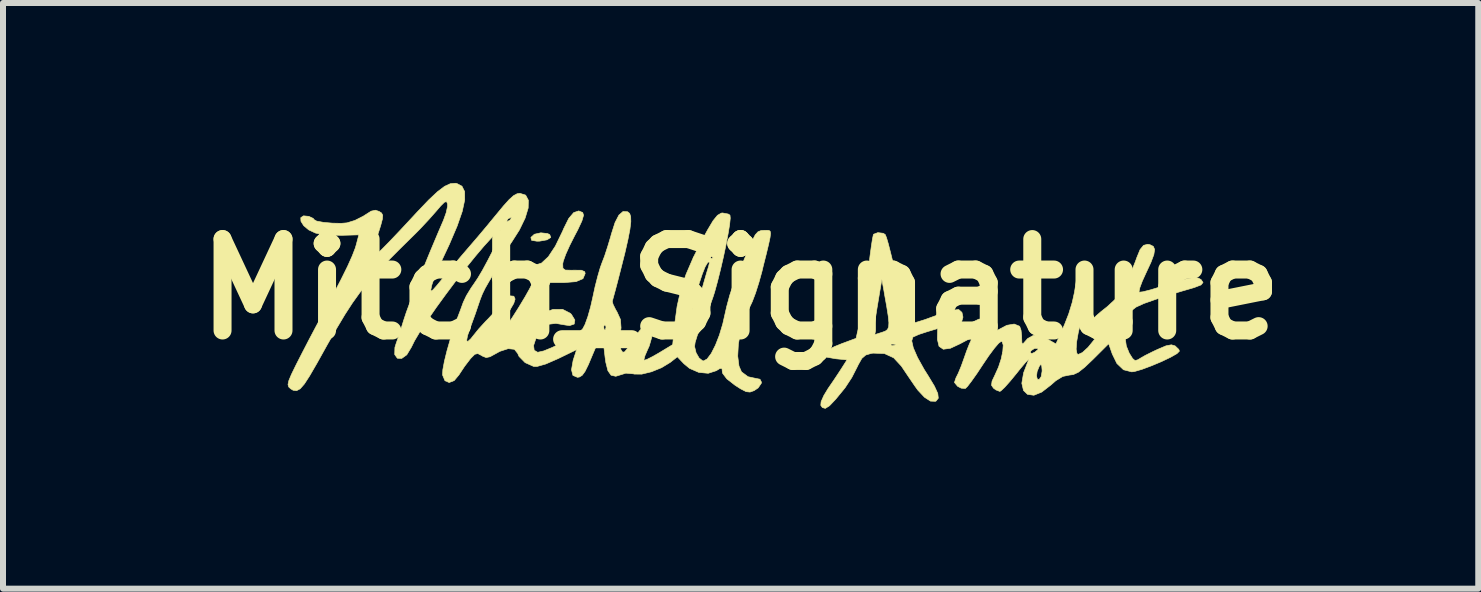
<source format=kicad_pcb>
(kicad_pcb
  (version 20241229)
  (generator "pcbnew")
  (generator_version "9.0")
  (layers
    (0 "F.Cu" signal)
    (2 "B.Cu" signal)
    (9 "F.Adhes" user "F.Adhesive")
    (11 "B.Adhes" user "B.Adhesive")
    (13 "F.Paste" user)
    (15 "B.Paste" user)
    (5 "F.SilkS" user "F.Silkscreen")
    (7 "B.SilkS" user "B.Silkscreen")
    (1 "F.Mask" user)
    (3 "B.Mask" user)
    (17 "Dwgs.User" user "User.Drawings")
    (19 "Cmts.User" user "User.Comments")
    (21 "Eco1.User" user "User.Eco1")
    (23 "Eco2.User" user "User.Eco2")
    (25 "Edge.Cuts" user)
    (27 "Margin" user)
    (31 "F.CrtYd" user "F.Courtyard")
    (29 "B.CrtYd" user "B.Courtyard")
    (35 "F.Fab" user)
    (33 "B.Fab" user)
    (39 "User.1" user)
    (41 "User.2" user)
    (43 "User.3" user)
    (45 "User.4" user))
  (footprint "Mitch_Signature"
    (layer "F.Cu")
    (at 9.296 1.77)
    (property "Reference" "Mitch_Signature" (at 0 0 0) (layer "F.SilkS") (effects (font (size 1.524 1.524) (thickness 0.3))))
    (attr through_hole)
    (fp_poly (pts (xy -3.219 -0.927) (xy -3.182 -0.909) (xy -3.164 -0.862) (xy -3.227 -0.822) (xy -3.35 -0.8) (xy -3.395 -0.799) (xy -3.484 -0.814) (xy -3.496 -0.862) (xy -3.438 -0.915) (xy -3.33 -0.939) (xy -3.219 -0.927)) (stroke (width 0.01) (type solid)) (fill yes) (layer "F.SilkS"))
    (fp_poly (pts (xy 2.378 -0.931) (xy 2.411 -0.91) (xy 2.432 -0.859) (xy 2.464 -0.75) (xy 2.503 -0.597) (xy 2.548 -0.413) (xy 2.594 -0.211) (xy 2.639 -0.006) (xy 2.679 0.189) (xy 2.712 0.36) (xy 2.734 0.494) (xy 2.743 0.572) (xy 2.785 0.584) (xy 2.9 0.562) (xy 3.073 0.508) (xy 3.229 0.451) (xy 3.401 0.391) (xy 3.544 0.351) (xy 3.631 0.34) (xy 3.637 0.341) (xy 3.69 0.388) (xy 3.707 0.467) (xy 3.686 0.539) (xy 3.658 0.562) (xy 3.611 0.615) (xy 3.607 0.639) (xy 3.635 0.657) (xy 3.722 0.624) (xy 3.807 0.578) (xy 3.97 0.501) (xy 4.082 0.486) (xy 4.146 0.535) (xy 4.166 0.639) (xy 4.166 0.772) (xy 4.3 0.676) (xy 4.438 0.603) (xy 4.561 0.582) (xy 4.649 0.618) (xy 4.653 0.623) (xy 4.675 0.684) (xy 4.686 0.783) (xy 4.686 0.813) (xy 4.689 0.891) (xy 4.703 0.917) (xy 4.711 0.908) (xy 4.785 0.824) (xy 4.883 0.77) (xy 4.929 0.762) (xy 5.006 0.783) (xy 5.115 0.833) (xy 5.123 0.838) (xy 5.257 0.913) (xy 5.399 0.593) (xy 5.47 0.412) (xy 5.529 0.219) (xy 5.566 0.051) (xy 5.571 0.019) (xy 5.604 -0.187) (xy 5.65 -0.324) (xy 5.707 -0.392) (xy 5.736 -0.399) (xy 5.807 -0.366) (xy 5.844 -0.272) (xy 5.847 -0.126) (xy 5.817 0.067) (xy 5.752 0.298) (xy 5.736 0.345) (xy 5.675 0.538) (xy 5.63 0.72) (xy 5.602 0.879) (xy 5.594 1.001) (xy 5.607 1.074) (xy 5.628 1.089) (xy 5.698 1.057) (xy 5.792 0.971) (xy 5.896 0.843) (xy 5.959 0.751) (xy 6.011 0.659) (xy 6.016 0.605) (xy 5.976 0.562) (xy 5.97 0.558) (xy 5.908 0.505) (xy 5.893 0.482) (xy 5.925 0.447) (xy 6.008 0.375) (xy 6.11 0.294) (xy 6.248 0.167) (xy 6.368 0.007) (xy 6.476 -0.197) (xy 6.581 -0.459) (xy 6.605 -0.526) (xy 6.66 -0.66) (xy 6.718 -0.73) (xy 6.787 -0.748) (xy 6.824 -0.741) (xy 6.88 -0.713) (xy 6.902 -0.662) (xy 6.889 -0.576) (xy 6.84 -0.445) (xy 6.76 -0.273) (xy 6.697 -0.135) (xy 6.656 -0.026) (xy 6.642 0.04) (xy 6.647 0.051) (xy 6.707 0.044) (xy 6.833 0.012) (xy 6.997 -0.038) (xy 7.012 -0.043) (xy 7.26 -0.124) (xy 7.436 -0.172) (xy 7.554 -0.192) (xy 7.631 -0.184) (xy 7.676 -0.159) (xy 7.709 -0.111) (xy 7.675 -0.07) (xy 7.561 -0.026) (xy 7.468 0.001) (xy 7.334 0.04) (xy 7.146 0.098) (xy 6.942 0.163) (xy 6.918 0.171) (xy 6.719 0.241) (xy 6.593 0.299) (xy 6.515 0.36) (xy 6.474 0.417) (xy 6.419 0.574) (xy 6.404 0.762) (xy 6.43 0.947) (xy 6.478 1.066) (xy 6.535 1.157) (xy 6.576 1.191) (xy 6.624 1.177) (xy 6.664 1.152) (xy 6.744 1.106) (xy 6.874 1.041) (xy 6.951 1.005) (xy 7.092 0.945) (xy 7.181 0.928) (xy 7.243 0.946) (xy 7.305 1.005) (xy 7.315 1.034) (xy 7.274 1.075) (xy 7.165 1.137) (xy 7.016 1.208) (xy 6.849 1.278) (xy 6.691 1.337) (xy 6.567 1.373) (xy 6.52 1.379) (xy 6.383 1.344) (xy 6.273 1.239) (xy 6.196 1.081) (xy 6.136 0.91) (xy 5.873 1.172) (xy 5.734 1.304) (xy 5.631 1.385) (xy 5.547 1.424) (xy 5.479 1.433) (xy 5.371 1.455) (xy 5.255 1.526) (xy 5.174 1.597) (xy 5.02 1.716) (xy 4.889 1.769) (xy 4.783 1.754) (xy 4.716 1.689) (xy 4.688 1.569) (xy 4.708 1.452) (xy 4.933 1.452) (xy 4.948 1.502) (xy 4.978 1.506) (xy 5.011 1.458) (xy 5.026 1.369) (xy 5.026 1.35) (xy 5.019 1.27) (xy 5.003 1.256) (xy 4.978 1.288) (xy 4.943 1.373) (xy 4.933 1.452) (xy 4.708 1.452) (xy 4.719 1.392) (xy 4.801 1.179) (xy 4.793 1.177) (xy 4.745 1.228) (xy 4.665 1.323) (xy 4.599 1.406) (xy 4.493 1.535) (xy 4.402 1.637) (xy 4.339 1.696) (xy 4.321 1.705) (xy 4.258 1.681) (xy 4.216 1.651) (xy 4.183 1.602) (xy 4.192 1.533) (xy 4.24 1.432) (xy 4.299 1.301) (xy 4.344 1.163) (xy 4.366 1.059) (xy 4.826 1.059) (xy 4.855 1.073) (xy 4.903 1.052) (xy 4.957 1.007) (xy 4.958 0.989) (xy 4.901 0.988) (xy 4.843 1.025) (xy 4.826 1.059) (xy 4.366 1.059) (xy 4.371 1.034) (xy 4.378 0.933) (xy 4.36 0.877) (xy 4.345 0.871) (xy 4.302 0.902) (xy 4.23 0.986) (xy 4.137 1.111) (xy 4.041 1.253) (xy 3.94 1.406) (xy 3.85 1.533) (xy 3.782 1.622) (xy 3.747 1.656) (xy 3.678 1.651) (xy 3.618 1.62) (xy 3.565 1.556) (xy 3.59 1.48) (xy 3.629 1.402) (xy 3.679 1.281) (xy 3.722 1.161) (xy 3.769 1.028) (xy 3.813 0.916) (xy 3.841 0.855) (xy 3.844 0.825) (xy 3.793 0.839) (xy 3.678 0.9) (xy 3.664 0.908) (xy 3.497 0.986) (xy 3.379 1.002) (xy 3.308 0.953) (xy 3.281 0.839) (xy 3.281 0.805) (xy 3.285 0.657) (xy 3.103 0.712) (xy 2.972 0.755) (xy 2.882 0.795) (xy 2.872 0.8) (xy 2.853 0.862) (xy 2.879 0.978) (xy 2.949 1.139) (xy 3.059 1.337) (xy 3.126 1.443) (xy 3.231 1.617) (xy 3.287 1.739) (xy 3.296 1.818) (xy 3.26 1.864) (xy 3.248 1.87) (xy 3.166 1.867) (xy 3.065 1.802) (xy 2.954 1.683) (xy 2.905 1.615) (xy 2.81 1.476) (xy 2.709 1.326) (xy 2.681 1.284) (xy 2.552 1.145) (xy 2.398 1.074) (xy 2.21 1.067) (xy 2.179 1.071) (xy 2.087 1.098) (xy 2.021 1.155) (xy 1.96 1.263) (xy 1.952 1.281) (xy 1.854 1.473) (xy 1.742 1.644) (xy 1.589 1.831) (xy 1.581 1.84) (xy 1.481 1.945) (xy 1.412 1.988) (xy 1.363 1.974) (xy 1.337 1.937) (xy 1.342 1.877) (xy 1.387 1.775) (xy 1.459 1.656) (xy 1.553 1.519) (xy 1.64 1.388) (xy 1.693 1.306) (xy 1.774 1.179) (xy 1.589 1.161) (xy 1.435 1.134) (xy 1.379 1.091) (xy 1.421 1.033) (xy 1.562 0.959) (xy 1.661 0.919) (xy 2.506 0.919) (xy 2.513 0.941) (xy 2.54 0.943) (xy 2.582 0.93) (xy 2.574 0.919) (xy 2.514 0.915) (xy 2.506 0.919) (xy 1.661 0.919) (xy 1.686 0.909) (xy 1.925 0.82) (xy 1.945 0.732) (xy 2.214 0.732) (xy 2.216 0.762) (xy 2.217 0.762) (xy 2.267 0.749) (xy 2.361 0.719) (xy 2.413 0.7) (xy 2.448 0.674) (xy 2.468 0.631) (xy 2.472 0.56) (xy 2.461 0.45) (xy 2.436 0.292) (xy 2.397 0.073) (xy 2.391 0.036) (xy 2.355 -0.163) (xy 2.318 0.054) (xy 2.274 0.318) (xy 2.243 0.516) (xy 2.223 0.652) (xy 2.214 0.732) (xy 1.945 0.732) (xy 2.002 0.492) (xy 2.035 0.328) (xy 2.071 0.117) (xy 2.105 -0.114) (xy 2.133 -0.339) (xy 2.136 -0.362) (xy 2.157 -0.551) (xy 2.179 -0.713) (xy 2.198 -0.836) (xy 2.213 -0.906) (xy 2.217 -0.915) (xy 2.288 -0.942) (xy 2.378 -0.931)) (stroke (width 0.01) (type solid)) (fill yes) (layer "F.SilkS"))
    (fp_poly (pts (xy -4.73 -1.761) (xy -4.645 -1.716) (xy -4.6 -1.626) (xy -4.599 -1.488) (xy -4.64 -1.297) (xy -4.725 -1.052) (xy -4.855 -0.747) (xy -4.967 -0.508) (xy -5.04 -0.349) (xy -5.102 -0.198) (xy -5.144 -0.08) (xy -5.151 -0.054) (xy -5.164 0.011) (xy -5.159 0.034) (xy -5.126 0.01) (xy -5.058 -0.067) (xy -4.965 -0.181) (xy -4.825 -0.351) (xy -4.668 -0.538) (xy -4.527 -0.702) (xy -4.522 -0.708) (xy -4.38 -0.873) (xy -4.222 -1.061) (xy -4.168 -1.127) (xy -3.899 -1.127) (xy -3.892 -1.125) (xy -3.846 -1.15) (xy -3.835 -1.161) (xy -3.822 -1.195) (xy -3.829 -1.197) (xy -3.876 -1.172) (xy -3.886 -1.161) (xy -3.899 -1.127) (xy -4.168 -1.127) (xy -4.088 -1.224) (xy -3.954 -1.386) (xy -3.856 -1.495) (xy -3.784 -1.559) (xy -3.726 -1.59) (xy -3.679 -1.597) (xy -3.583 -1.567) (xy -3.538 -1.482) (xy -3.541 -1.352) (xy -3.592 -1.184) (xy -3.688 -0.986) (xy -3.809 -0.796) (xy -3.9 -0.662) (xy -3.97 -0.551) (xy -4.009 -0.48) (xy -4.013 -0.466) (xy -4.032 -0.411) (xy -4.079 -0.321) (xy -4.094 -0.296) (xy -4.191 -0.133) (xy -4.258 -0.016) (xy -4.304 0.078) (xy -4.34 0.17) (xy -4.369 0.254) (xy -4.421 0.408) (xy -4.48 0.57) (xy -4.503 0.633) (xy -4.552 0.775) (xy -4.567 0.856) (xy -4.548 0.874) (xy -4.496 0.826) (xy -4.463 0.784) (xy -4.366 0.664) (xy -4.247 0.534) (xy -4.207 0.494) (xy -4.101 0.379) (xy -4.011 0.265) (xy -3.986 0.227) (xy -3.918 0.15) (xy -3.842 0.112) (xy -3.78 0.118) (xy -3.759 0.165) (xy -3.781 0.237) (xy -3.829 0.319) (xy -3.884 0.422) (xy -3.927 0.546) (xy -3.931 0.562) (xy -3.945 0.632) (xy -3.94 0.653) (xy -3.908 0.62) (xy -3.844 0.529) (xy -3.805 0.472) (xy -3.7 0.307) (xy -3.591 0.126) (xy -3.522 0.003) (xy -3.458 -0.123) (xy -3.432 -0.197) (xy -3.439 -0.239) (xy -3.477 -0.262) (xy -3.551 -0.317) (xy -3.538 -0.371) (xy -3.447 -0.399) (xy -3.43 -0.399) (xy -3.319 -0.434) (xy -3.205 -0.54) (xy -3.088 -0.717) (xy -2.967 -0.966) (xy -2.949 -1.009) (xy -2.865 -1.178) (xy -2.782 -1.276) (xy -2.698 -1.304) (xy -2.632 -1.277) (xy -2.618 -1.232) (xy -2.645 -1.138) (xy -2.715 -0.988) (xy -2.768 -0.888) (xy -2.849 -0.728) (xy -2.915 -0.581) (xy -2.956 -0.467) (xy -2.965 -0.423) (xy -2.962 -0.348) (xy -2.923 -0.318) (xy -2.819 -0.315) (xy -2.781 -0.316) (xy -2.653 -0.315) (xy -2.598 -0.291) (xy -2.591 -0.26) (xy -2.628 -0.174) (xy -2.744 -0.125) (xy -2.944 -0.109) (xy -3.176 -0.109) (xy -3.298 0.136) (xy -3.362 0.265) (xy -3.415 0.372) (xy -3.446 0.433) (xy -3.446 0.434) (xy -3.434 0.454) (xy -3.351 0.423) (xy -3.316 0.406) (xy -3.128 0.338) (xy -2.967 0.337) (xy -2.84 0.402) (xy -2.821 0.42) (xy -2.763 0.515) (xy -2.774 0.582) (xy -2.849 0.607) (xy -2.909 0.6) (xy -3.08 0.571) (xy -3.195 0.585) (xy -3.287 0.651) (xy -3.337 0.708) (xy -3.415 0.831) (xy -3.451 0.94) (xy -3.441 1.019) (xy -3.384 1.052) (xy -3.378 1.052) (xy -3.281 1.03) (xy -3.137 0.971) (xy -2.973 0.89) (xy -2.815 0.8) (xy -2.69 0.716) (xy -2.634 0.665) (xy -2.616 0.632) (xy -2.282 0.632) (xy -2.273 0.679) (xy -2.255 0.68) (xy -2.243 0.631) (xy -2.251 0.61) (xy -2.274 0.596) (xy -2.282 0.632) (xy -2.616 0.632) (xy -2.593 0.588) (xy -2.546 0.458) (xy -2.5 0.295) (xy -2.466 0.145) (xy -2.426 -0.04) (xy -2.381 -0.216) (xy -2.339 -0.36) (xy -2.312 -0.435) (xy -2.268 -0.549) (xy -2.217 -0.705) (xy -2.166 -0.874) (xy -2.155 -0.916) (xy -2.093 -1.11) (xy -2.029 -1.234) (xy -1.96 -1.294) (xy -1.885 -1.29) (xy -1.882 -1.289) (xy -1.849 -1.261) (xy -1.832 -1.208) (xy -1.83 -1.122) (xy -1.845 -0.997) (xy -1.878 -0.826) (xy -1.929 -0.602) (xy -2.001 -0.318) (xy -2.051 -0.123) (xy -2.088 0.017) (xy -2.119 0.13) (xy -2.137 0.196) (xy -2.139 0.204) (xy -2.126 0.254) (xy -2.082 0.343) (xy -2.06 0.38) (xy -2.003 0.505) (xy -1.993 0.644) (xy -2.003 0.727) (xy -2.014 0.856) (xy -2.007 0.966) (xy -1.993 1.012) (xy -1.966 1.051) (xy -1.935 1.047) (xy -1.888 0.991) (xy -1.829 0.901) (xy -1.737 0.761) (xy -1.671 0.678) (xy -1.619 0.641) (xy -1.567 0.636) (xy -1.546 0.641) (xy -1.488 0.694) (xy -1.48 0.799) (xy -1.523 0.948) (xy -1.552 1.012) (xy -1.594 1.109) (xy -1.611 1.173) (xy -1.608 1.186) (xy -1.562 1.172) (xy -1.463 1.122) (xy -1.36 1.063) (xy -1.132 0.925) (xy -1.096 0.562) (xy -1.065 0.334) (xy -0.796 0.334) (xy -0.788 0.354) (xy -0.764 0.321) (xy -0.729 0.245) (xy -0.687 0.136) (xy -0.645 0.002) (xy -0.642 -0.007) (xy -0.6 -0.155) (xy -0.561 -0.289) (xy -0.533 -0.381) (xy -0.531 -0.388) (xy -0.517 -0.451) (xy -0.536 -0.452) (xy -0.554 -0.435) (xy -0.591 -0.372) (xy -0.638 -0.254) (xy -0.69 -0.098) (xy -0.74 0.078) (xy -0.783 0.254) (xy -0.796 0.334) (xy -1.065 0.334) (xy -1.058 0.284) (xy -0.999 0.021) (xy -0.911 -0.243) (xy -0.789 -0.526) (xy -0.508 -0.526) (xy -0.483 -0.508) (xy -0.457 -0.526) (xy -0.483 -0.544) (xy -0.508 -0.526) (xy -0.789 -0.526) (xy -0.789 -0.526) (xy -0.626 -0.848) (xy -0.549 -0.989) (xy -0.459 -1.14) (xy -0.386 -1.23) (xy -0.323 -1.267) (xy -0.301 -1.27) (xy -0.206 -1.252) (xy -0.177 -1.233) (xy -0.172 -1.184) (xy -0.183 -1.076) (xy -0.208 -0.924) (xy -0.243 -0.74) (xy -0.286 -0.538) (xy -0.334 -0.33) (xy -0.384 -0.13) (xy -0.433 0.049) (xy -0.458 0.127) (xy -0.519 0.301) (xy -0.592 0.482) (xy -0.661 0.631) (xy -0.663 0.635) (xy -0.721 0.768) (xy -0.758 0.889) (xy -0.767 0.957) (xy -0.742 1.061) (xy -0.692 1.148) (xy -0.633 1.195) (xy -0.618 1.197) (xy -0.558 1.164) (xy -0.489 1.072) (xy -0.419 0.934) (xy -0.353 0.765) (xy -0.297 0.578) (xy -0.274 0.476) (xy -0.231 0.287) (xy -0.18 0.099) (xy -0.127 -0.061) (xy -0.1 -0.127) (xy -0.038 -0.267) (xy 0.038 -0.444) (xy 0.114 -0.624) (xy 0.13 -0.662) (xy 0.196 -0.813) (xy 0.245 -0.907) (xy 0.291 -0.957) (xy 0.342 -0.977) (xy 0.392 -0.98) (xy 0.439 -0.981) (xy 0.472 -0.979) (xy 0.493 -0.965) (xy 0.499 -0.928) (xy 0.491 -0.86) (xy 0.468 -0.752) (xy 0.43 -0.593) (xy 0.375 -0.375) (xy 0.357 -0.298) (xy 0.306 -0.114) (xy 0.25 0.063) (xy 0.195 0.208) (xy 0.16 0.282) (xy 0.069 0.48) (xy 0.002 0.697) (xy -0.037 0.915) (xy -0.048 1.116) (xy -0.027 1.282) (xy 0.015 1.379) (xy 0.124 1.46) (xy 0.22 1.481) (xy 0.323 1.502) (xy 0.348 1.551) (xy 0.346 1.568) (xy 0.293 1.646) (xy 0.225 1.692) (xy 0.157 1.716) (xy 0.092 1.709) (xy 0.002 1.663) (xy -0.093 1.602) (xy -0.23 1.495) (xy -0.299 1.404) (xy -0.305 1.379) (xy -0.31 1.322) (xy -0.344 1.322) (xy -0.406 1.36) (xy -0.54 1.403) (xy -0.697 1.388) (xy -0.851 1.321) (xy -0.945 1.243) (xy -1.054 1.128) (xy -1.174 1.222) (xy -1.319 1.31) (xy -1.487 1.378) (xy -1.648 1.417) (xy -1.772 1.416) (xy -1.787 1.412) (xy -1.913 1.401) (xy -1.973 1.42) (xy -2.081 1.453) (xy -2.159 1.435) (xy -2.212 1.36) (xy -2.247 1.221) (xy -2.259 1.136) (xy -2.276 0.991) (xy -2.291 0.867) (xy -2.301 0.787) (xy -2.302 0.78) (xy -2.318 0.783) (xy -2.356 0.845) (xy -2.409 0.955) (xy -2.466 1.089) (xy -2.538 1.26) (xy -2.594 1.373) (xy -2.641 1.437) (xy -2.687 1.465) (xy -2.72 1.47) (xy -2.795 1.438) (xy -2.819 1.345) (xy -2.792 1.19) (xy -2.773 1.13) (xy -2.733 1.008) (xy -3.044 1.159) (xy -3.248 1.248) (xy -3.392 1.289) (xy -3.449 1.289) (xy -3.592 1.225) (xy -3.694 1.121) (xy -3.716 1.071) (xy -3.771 1.003) (xy -3.874 0.992) (xy -4.013 1.037) (xy -4.071 1.069) (xy -4.177 1.127) (xy -4.242 1.141) (xy -4.304 1.116) (xy -4.319 1.106) (xy -4.381 1.074) (xy -4.431 1.086) (xy -4.496 1.151) (xy -4.51 1.168) (xy -4.601 1.287) (xy -4.686 1.415) (xy -4.693 1.427) (xy -4.774 1.524) (xy -4.858 1.557) (xy -4.928 1.527) (xy -4.968 1.432) (xy -4.968 1.429) (xy -4.964 1.344) (xy -4.938 1.204) (xy -4.895 1.029) (xy -4.84 0.836) (xy -4.778 0.64) (xy -4.724 0.49) (xy -4.674 0.359) (xy -4.627 0.23) (xy -4.622 0.217) (xy -4.571 0.109) (xy -4.491 -0.022) (xy -4.447 -0.085) (xy -4.38 -0.185) (xy -4.302 -0.317) (xy -4.221 -0.467) (xy -4.142 -0.62) (xy -4.074 -0.762) (xy -4.024 -0.879) (xy -3.998 -0.955) (xy -4.002 -0.978) (xy -4.059 -0.944) (xy -4.153 -0.855) (xy -4.276 -0.72) (xy -4.421 -0.549) (xy -4.581 -0.351) (xy -4.748 -0.135) (xy -4.915 0.088) (xy -5.075 0.308) (xy -5.22 0.518) (xy -5.343 0.705) (xy -5.436 0.862) (xy -5.489 0.969) (xy -5.565 1.095) (xy -5.649 1.155) (xy -5.722 1.152) (xy -5.766 1.09) (xy -5.763 0.973) (xy -5.746 0.917) (xy -5.699 0.78) (xy -5.647 0.617) (xy -5.619 0.526) (xy -5.572 0.384) (xy -5.499 0.185) (xy -5.404 -0.059) (xy -5.293 -0.338) (xy -5.17 -0.638) (xy -5.039 -0.949) (xy -4.952 -1.151) (xy -4.908 -1.274) (xy -4.885 -1.381) (xy -4.886 -1.423) (xy -4.902 -1.459) (xy -4.936 -1.45) (xy -4.998 -1.389) (xy -5.069 -1.306) (xy -5.197 -1.161) (xy -5.34 -1.008) (xy -5.418 -0.929) (xy -5.674 -0.677) (xy -5.885 -0.465) (xy -6.062 -0.28) (xy -6.212 -0.111) (xy -6.345 0.055) (xy -6.47 0.229) (xy -6.596 0.423) (xy -6.731 0.649) (xy -6.886 0.919) (xy -7.067 1.244) (xy -7.072 1.252) (xy -7.185 1.447) (xy -7.272 1.581) (xy -7.342 1.661) (xy -7.402 1.693) (xy -7.459 1.686) (xy -7.499 1.662) (xy -7.533 1.631) (xy -7.545 1.59) (xy -7.531 1.525) (xy -7.488 1.422) (xy -7.413 1.268) (xy -7.402 1.246) (xy -7.308 1.062) (xy -7.193 0.84) (xy -7.073 0.613) (xy -6.987 0.454) (xy -6.806 0.118) (xy -6.662 -0.158) (xy -6.552 -0.38) (xy -6.474 -0.554) (xy -6.423 -0.686) (xy -6.407 -0.741) (xy -6.364 -0.905) (xy -6.649 -0.897) (xy -6.84 -0.901) (xy -7.013 -0.919) (xy -7.087 -0.935) (xy -7.2 -0.988) (xy -7.283 -1.058) (xy -7.329 -1.131) (xy -7.332 -1.191) (xy -7.286 -1.222) (xy -7.197 -1.213) (xy -7.124 -1.179) (xy -7.112 -1.16) (xy -7.067 -1.134) (xy -6.953 -1.113) (xy -6.805 -1.1) (xy -6.655 -1.097) (xy -6.561 -1.105) (xy -6.429 -1.146) (xy -6.289 -1.217) (xy -6.263 -1.234) (xy -6.159 -1.3) (xy -6.087 -1.316) (xy -6.025 -1.295) (xy -5.985 -1.269) (xy -5.966 -1.232) (xy -5.971 -1.169) (xy -5.999 -1.063) (xy -6.037 -0.943) (xy -6.086 -0.795) (xy -6.131 -0.669) (xy -6.164 -0.586) (xy -6.172 -0.572) (xy -6.183 -0.521) (xy -6.165 -0.51) (xy -6.132 -0.526) (xy -6.073 -0.575) (xy -5.981 -0.663) (xy -5.852 -0.794) (xy -5.68 -0.975) (xy -5.461 -1.21) (xy -5.387 -1.29) (xy -5.2 -1.486) (xy -5.052 -1.625) (xy -4.934 -1.714) (xy -4.838 -1.758) (xy -4.755 -1.765) (xy -4.73 -1.761)) (stroke (width 0.01) (type solid)) (fill yes) (layer "F.SilkS")))
  (gr_rect
    (start -3 -3)
    (end 21.593 6.763)
    (stroke (width 0.1) (type default))
    (fill no)
    (layer "Edge.Cuts")))
</source>
